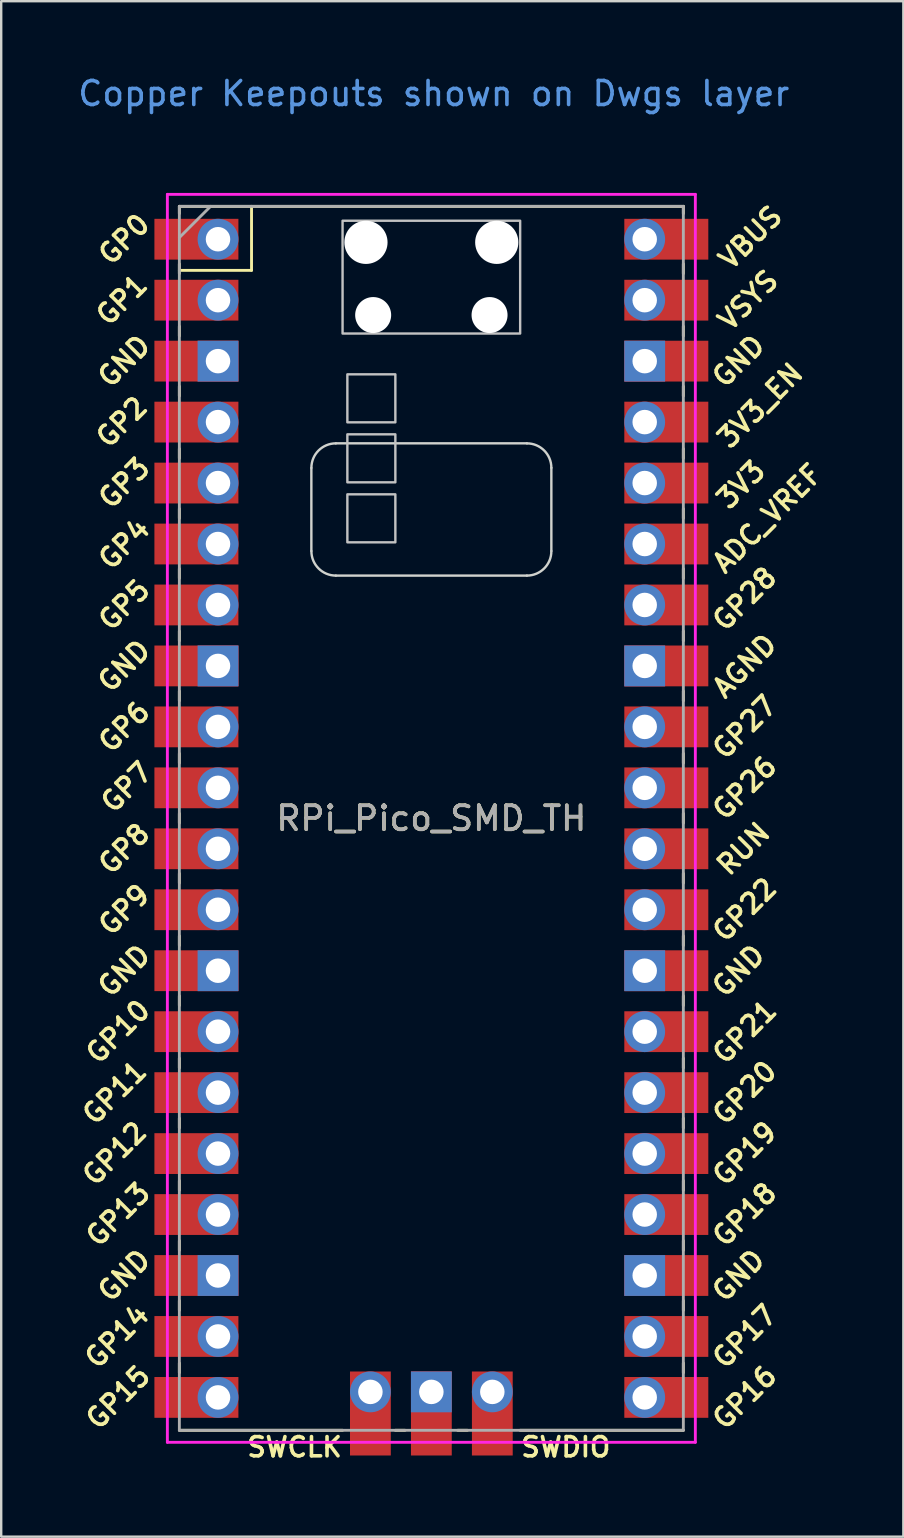
<source format=kicad_pcb>
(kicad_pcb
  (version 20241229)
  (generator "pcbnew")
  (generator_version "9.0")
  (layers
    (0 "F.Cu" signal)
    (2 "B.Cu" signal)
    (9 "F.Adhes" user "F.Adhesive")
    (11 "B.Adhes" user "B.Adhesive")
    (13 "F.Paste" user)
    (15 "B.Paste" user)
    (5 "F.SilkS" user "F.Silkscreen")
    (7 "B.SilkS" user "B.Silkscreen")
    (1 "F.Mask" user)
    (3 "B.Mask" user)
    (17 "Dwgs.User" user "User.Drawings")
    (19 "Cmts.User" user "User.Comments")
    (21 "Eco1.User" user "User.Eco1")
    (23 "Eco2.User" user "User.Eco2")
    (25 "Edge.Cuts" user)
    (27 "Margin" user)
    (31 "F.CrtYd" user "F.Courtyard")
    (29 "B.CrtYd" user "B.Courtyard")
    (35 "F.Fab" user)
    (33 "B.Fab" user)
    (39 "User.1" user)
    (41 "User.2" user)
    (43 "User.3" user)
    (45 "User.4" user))
  (footprint "RPi_Pico_SMD_TH"
    (layer "F.Cu")
    (at 14.924 31.048)
    (property "Reference" "RPi_Pico_SMD_TH" (at 0 0 0) (layer "F.SilkS") (effects (font (size 1 1) (thickness 0.15))))
    (attr through_hole)
    (fp_line (start -10.5 -25.5) (end -10.5 -25.2) (stroke (width 0.12) (type solid)) (layer "F.SilkS"))
    (fp_line (start -10.5 -25.5) (end 10.5 -25.5) (stroke (width 0.12) (type solid)) (layer "F.SilkS"))
    (fp_line (start -10.5 -23.1) (end -10.5 -22.7) (stroke (width 0.12) (type solid)) (layer "F.SilkS"))
    (fp_line (start -10.5 -22.833) (end -7.493 -22.833) (stroke (width 0.12) (type solid)) (layer "F.SilkS"))
    (fp_line (start -10.5 -20.5) (end -10.5 -20.1) (stroke (width 0.12) (type solid)) (layer "F.SilkS"))
    (fp_line (start -10.5 -18) (end -10.5 -17.6) (stroke (width 0.12) (type solid)) (layer "F.SilkS"))
    (fp_line (start -10.5 -15.4) (end -10.5 -15) (stroke (width 0.12) (type solid)) (layer "F.SilkS"))
    (fp_line (start -10.5 -12.9) (end -10.5 -12.5) (stroke (width 0.12) (type solid)) (layer "F.SilkS"))
    (fp_line (start -10.5 -10.4) (end -10.5 -10) (stroke (width 0.12) (type solid)) (layer "F.SilkS"))
    (fp_line (start -10.5 -7.8) (end -10.5 -7.4) (stroke (width 0.12) (type solid)) (layer "F.SilkS"))
    (fp_line (start -10.5 -5.3) (end -10.5 -4.9) (stroke (width 0.12) (type solid)) (layer "F.SilkS"))
    (fp_line (start -10.5 -2.7) (end -10.5 -2.3) (stroke (width 0.12) (type solid)) (layer "F.SilkS"))
    (fp_line (start -10.5 -0.2) (end -10.5 0.2) (stroke (width 0.12) (type solid)) (layer "F.SilkS"))
    (fp_line (start -10.5 2.3) (end -10.5 2.7) (stroke (width 0.12) (type solid)) (layer "F.SilkS"))
    (fp_line (start -10.5 4.9) (end -10.5 5.3) (stroke (width 0.12) (type solid)) (layer "F.SilkS"))
    (fp_line (start -10.5 7.4) (end -10.5 7.8) (stroke (width 0.12) (type solid)) (layer "F.SilkS"))
    (fp_line (start -10.5 10) (end -10.5 10.4) (stroke (width 0.12) (type solid)) (layer "F.SilkS"))
    (fp_line (start -10.5 12.5) (end -10.5 12.9) (stroke (width 0.12) (type solid)) (layer "F.SilkS"))
    (fp_line (start -10.5 15.1) (end -10.5 15.5) (stroke (width 0.12) (type solid)) (layer "F.SilkS"))
    (fp_line (start -10.5 17.6) (end -10.5 18) (stroke (width 0.12) (type solid)) (layer "F.SilkS"))
    (fp_line (start -10.5 20.1) (end -10.5 20.5) (stroke (width 0.12) (type solid)) (layer "F.SilkS"))
    (fp_line (start -10.5 22.7) (end -10.5 23.1) (stroke (width 0.12) (type solid)) (layer "F.SilkS"))
    (fp_line (start -7.493 -22.833) (end -7.493 -25.5) (stroke (width 0.12) (type solid)) (layer "F.SilkS"))
    (fp_line (start -3.7 25.5) (end -10.5 25.5) (stroke (width 0.12) (type solid)) (layer "F.SilkS"))
    (fp_line (start -1.5 25.5) (end -1.1 25.5) (stroke (width 0.12) (type solid)) (layer "F.SilkS"))
    (fp_line (start 1.1 25.5) (end 1.5 25.5) (stroke (width 0.12) (type solid)) (layer "F.SilkS"))
    (fp_line (start 10.5 -25.5) (end 10.5 -25.2) (stroke (width 0.12) (type solid)) (layer "F.SilkS"))
    (fp_line (start 10.5 -23.1) (end 10.5 -22.7) (stroke (width 0.12) (type solid)) (layer "F.SilkS"))
    (fp_line (start 10.5 -20.5) (end 10.5 -20.1) (stroke (width 0.12) (type solid)) (layer "F.SilkS"))
    (fp_line (start 10.5 -18) (end 10.5 -17.6) (stroke (width 0.12) (type solid)) (layer "F.SilkS"))
    (fp_line (start 10.5 -15.4) (end 10.5 -15) (stroke (width 0.12) (type solid)) (layer "F.SilkS"))
    (fp_line (start 10.5 -12.9) (end 10.5 -12.5) (stroke (width 0.12) (type solid)) (layer "F.SilkS"))
    (fp_line (start 10.5 -10.4) (end 10.5 -10) (stroke (width 0.12) (type solid)) (layer "F.SilkS"))
    (fp_line (start 10.5 -7.8) (end 10.5 -7.4) (stroke (width 0.12) (type solid)) (layer "F.SilkS"))
    (fp_line (start 10.5 -5.3) (end 10.5 -4.9) (stroke (width 0.12) (type solid)) (layer "F.SilkS"))
    (fp_line (start 10.5 -2.7) (end 10.5 -2.3) (stroke (width 0.12) (type solid)) (layer "F.SilkS"))
    (fp_line (start 10.5 -0.2) (end 10.5 0.2) (stroke (width 0.12) (type solid)) (layer "F.SilkS"))
    (fp_line (start 10.5 2.3) (end 10.5 2.7) (stroke (width 0.12) (type solid)) (layer "F.SilkS"))
    (fp_line (start 10.5 4.9) (end 10.5 5.3) (stroke (width 0.12) (type solid)) (layer "F.SilkS"))
    (fp_line (start 10.5 7.4) (end 10.5 7.8) (stroke (width 0.12) (type solid)) (layer "F.SilkS"))
    (fp_line (start 10.5 10) (end 10.5 10.4) (stroke (width 0.12) (type solid)) (layer "F.SilkS"))
    (fp_line (start 10.5 12.5) (end 10.5 12.9) (stroke (width 0.12) (type solid)) (layer "F.SilkS"))
    (fp_line (start 10.5 15.1) (end 10.5 15.5) (stroke (width 0.12) (type solid)) (layer "F.SilkS"))
    (fp_line (start 10.5 17.6) (end 10.5 18) (stroke (width 0.12) (type solid)) (layer "F.SilkS"))
    (fp_line (start 10.5 20.1) (end 10.5 20.5) (stroke (width 0.12) (type solid)) (layer "F.SilkS"))
    (fp_line (start 10.5 22.7) (end 10.5 23.1) (stroke (width 0.12) (type solid)) (layer "F.SilkS"))
    (fp_line (start 10.5 25.5) (end 3.7 25.5) (stroke (width 0.12) (type solid)) (layer "F.SilkS"))
    (fp_poly (pts (xy -1.5 -16.5) (xy -3.5 -16.5) (xy -3.5 -18.5) (xy -1.5 -18.5)) (stroke (width 0.1) (type solid)) (fill no) (layer "Dwgs.User"))
    (fp_poly (pts (xy -1.5 -14) (xy -3.5 -14) (xy -3.5 -16) (xy -1.5 -16)) (stroke (width 0.1) (type solid)) (fill no) (layer "Dwgs.User"))
    (fp_poly (pts (xy -1.5 -11.5) (xy -3.5 -11.5) (xy -3.5 -13.5) (xy -1.5 -13.5)) (stroke (width 0.1) (type solid)) (fill no) (layer "Dwgs.User"))
    (fp_poly (pts (xy 3.7 -20.2) (xy -3.7 -20.2) (xy -3.7 -24.9) (xy 3.7 -24.9)) (stroke (width 0.1) (type solid)) (fill no) (layer "Dwgs.User"))
    (fp_line (start -5 -11.144) (end -5 -14.594) (stroke (width 0.1) (type default)) (layer "Edge.Cuts"))
    (fp_line (start -3.98 -10.114) (end 3.981 -10.114) (stroke (width 0.1) (type default)) (layer "Edge.Cuts"))
    (fp_line (start 3.981 -15.624) (end -3.98 -15.624) (stroke (width 0.1) (type default)) (layer "Edge.Cuts"))
    (fp_line (start 5 -11.144) (end 5 -14.604) (stroke (width 0.1) (type default)) (layer "Edge.Cuts"))
    (fp_arc (start -4.998785 -14.604999) (mid -4.70039 -15.325389) (end -3.98 -15.623784) (stroke (width 0.1) (type default)) (layer "Edge.Cuts"))
    (fp_arc (start -3.98 -10.113784) (mid -4.70039 -10.412179) (end -4.998785 -11.132569) (stroke (width 0.1) (type default)) (layer "Edge.Cuts"))
    (fp_arc (start 3.981215 -15.623784) (mid 4.701605 -15.325389) (end 5 -14.604999) (stroke (width 0.1) (type default)) (layer "Edge.Cuts"))
    (fp_arc (start 5 -11.132569) (mid 4.701605 -10.412179) (end 3.981215 -10.113784) (stroke (width 0.1) (type default)) (layer "Edge.Cuts"))
    (fp_line (start -11 -26) (end 11 -26) (stroke (width 0.12) (type solid)) (layer "F.CrtYd"))
    (fp_line (start -11 26) (end -11 -26) (stroke (width 0.12) (type solid)) (layer "F.CrtYd"))
    (fp_line (start 11 -26) (end 11 26) (stroke (width 0.12) (type solid)) (layer "F.CrtYd"))
    (fp_line (start 11 26) (end -11 26) (stroke (width 0.12) (type solid)) (layer "F.CrtYd"))
    (fp_line (start -10.5 -25.5) (end 10.5 -25.5) (stroke (width 0.12) (type solid)) (layer "F.Fab"))
    (fp_line (start -10.5 -24.2) (end -9.2 -25.5) (stroke (width 0.12) (type solid)) (layer "F.Fab"))
    (fp_line (start -10.5 25.5) (end -10.5 -25.5) (stroke (width 0.12) (type solid)) (layer "F.Fab"))
    (fp_line (start 10.5 -25.5) (end 10.5 25.5) (stroke (width 0.12) (type solid)) (layer "F.Fab"))
    (fp_line (start 10.5 25.5) (end -10.5 25.5) (stroke (width 0.12) (type solid)) (layer "F.Fab"))
    (fp_text user "GP22" (at 13.054 3.81 45) (layer "F.SilkS") (effects (font (size 0.8 0.8) (thickness 0.15))))
    (fp_text user "RUN" (at 13 1.27 45) (layer "F.SilkS") (effects (font (size 0.8 0.8) (thickness 0.15))))
    (fp_text user "GP21" (at 13.054 8.9 45) (layer "F.SilkS") (effects (font (size 0.8 0.8) (thickness 0.15))))
    (fp_text user "3V3_EN" (at 13.7 -17.2 45) (layer "F.SilkS") (effects (font (size 0.8 0.8) (thickness 0.15))))
    (fp_text user "GP20" (at 13.054 11.43 45) (layer "F.SilkS") (effects (font (size 0.8 0.8) (thickness 0.15))))
    (fp_text user "GP27" (at 13.054 -3.8 45) (layer "F.SilkS") (effects (font (size 0.8 0.8) (thickness 0.15))))
    (fp_text user "ADC_VREF" (at 14 -12.5 45) (layer "F.SilkS") (effects (font (size 0.8 0.8) (thickness 0.15))))
    (fp_text user "VSYS" (at 13.2 -21.59 45) (layer "F.SilkS") (effects (font (size 0.8 0.8) (thickness 0.15))))
    (fp_text user "GP0" (at -12.8 -24.13 45) (layer "F.SilkS") (effects (font (size 0.8 0.8) (thickness 0.15))))
    (fp_text user "GND" (at 12.8 -19.05 45) (layer "F.SilkS") (effects (font (size 0.8 0.8) (thickness 0.15))))
    (fp_text user "GP8" (at -12.8 1.27 45) (layer "F.SilkS") (effects (font (size 0.8 0.8) (thickness 0.15))))
    (fp_text user "GND" (at 12.8 19.05 45) (layer "F.SilkS") (effects (font (size 0.8 0.8) (thickness 0.15))))
    (fp_text user "GP15" (at -13.054 24.13 45) (layer "F.SilkS") (effects (font (size 0.8 0.8) (thickness 0.15))))
    (fp_text user "GP11" (at -13.2 11.43 45) (layer "F.SilkS") (effects (font (size 0.8 0.8) (thickness 0.15))))
    (fp_text user "GND" (at -12.8 -19.05 45) (layer "F.SilkS") (effects (font (size 0.8 0.8) (thickness 0.15))))
    (fp_text user "GND" (at -12.8 19.05 45) (layer "F.SilkS") (effects (font (size 0.8 0.8) (thickness 0.15))))
    (fp_text user "GP26" (at 13.054 -1.27 45) (layer "F.SilkS") (effects (font (size 0.8 0.8) (thickness 0.15))))
    (fp_text user "GP1" (at -12.9 -21.6 45) (layer "F.SilkS") (effects (font (size 0.8 0.8) (thickness 0.15))))
    (fp_text user "GP18" (at 13.054 16.51 45) (layer "F.SilkS") (effects (font (size 0.8 0.8) (thickness 0.15))))
    (fp_text user "GP12" (at -13.2 13.97 45) (layer "F.SilkS") (effects (font (size 0.8 0.8) (thickness 0.15))))
    (fp_text user "GP16" (at 13.054 24.13 45) (layer "F.SilkS") (effects (font (size 0.8 0.8) (thickness 0.15))))
    (fp_text user "SWCLK" (at -5.7 26.2 0) (layer "F.SilkS") (effects (font (size 0.8 0.8) (thickness 0.15))))
    (fp_text user "GND" (at -12.8 6.35 45) (layer "F.SilkS") (effects (font (size 0.8 0.8) (thickness 0.15))))
    (fp_text user "GP10" (at -13.054 8.89 45) (layer "F.SilkS") (effects (font (size 0.8 0.8) (thickness 0.15))))
    (fp_text user "GP4" (at -12.8 -11.43 45) (layer "F.SilkS") (effects (font (size 0.8 0.8) (thickness 0.15))))
    (fp_text user "3V3" (at 12.9 -13.9 45) (layer "F.SilkS") (effects (font (size 0.8 0.8) (thickness 0.15))))
    (fp_text user "AGND" (at 13.054 -6.35 45) (layer "F.SilkS") (effects (font (size 0.8 0.8) (thickness 0.15))))
    (fp_text user "GP14" (at -13.1 21.59 45) (layer "F.SilkS") (effects (font (size 0.8 0.8) (thickness 0.15))))
    (fp_text user "GP19" (at 13.054 13.97 45) (layer "F.SilkS") (effects (font (size 0.8 0.8) (thickness 0.15))))
    (fp_text user "GP3" (at -12.8 -13.97 45) (layer "F.SilkS") (effects (font (size 0.8 0.8) (thickness 0.15))))
    (fp_text user "GP28" (at 13.054 -9.144 45) (layer "F.SilkS") (effects (font (size 0.8 0.8) (thickness 0.15))))
    (fp_text user "GP7" (at -12.7 -1.3 45) (layer "F.SilkS") (effects (font (size 0.8 0.8) (thickness 0.15))))
    (fp_text user "GP6" (at -12.8 -3.81 45) (layer "F.SilkS") (effects (font (size 0.8 0.8) (thickness 0.15))))
    (fp_text user "GP17" (at 13.054 21.59 45) (layer "F.SilkS") (effects (font (size 0.8 0.8) (thickness 0.15))))
    (fp_text user "GP13" (at -13.054 16.51 45) (layer "F.SilkS") (effects (font (size 0.8 0.8) (thickness 0.15))))
    (fp_text user "GND" (at 12.8 6.35 45) (layer "F.SilkS") (effects (font (size 0.8 0.8) (thickness 0.15))))
    (fp_text user "GND" (at -12.8 -6.35 45) (layer "F.SilkS") (effects (font (size 0.8 0.8) (thickness 0.15))))
    (fp_text user "GP2" (at -12.9 -16.51 45) (layer "F.SilkS") (effects (font (size 0.8 0.8) (thickness 0.15))))
    (fp_text user "GP9" (at -12.8 3.81 45) (layer "F.SilkS") (effects (font (size 0.8 0.8) (thickness 0.15))))
    (fp_text user "SWDIO" (at 5.6 26.2 0) (layer "F.SilkS") (effects (font (size 0.8 0.8) (thickness 0.15))))
    (fp_text user "VBUS" (at 13.3 -24.2 45) (layer "F.SilkS") (effects (font (size 0.8 0.8) (thickness 0.15))))
    (fp_text user "GP5" (at -12.8 -8.89 45) (layer "F.SilkS") (effects (font (size 0.8 0.8) (thickness 0.15))))
    (fp_text user "Copper Keepouts shown on Dwgs layer" (at 0.1 -30.2 0) (layer "Cmts.User") (effects (font (size 1 1) (thickness 0.15))))
    (fp_text user "${REFERENCE}" (at 0 0 180) (layer "F.Fab") (effects (font (size 1 1) (thickness 0.15))))
    (pad "" np_thru_hole oval (at -2.725 -24) (size 1.8 1.8) (drill 1.8) (layers "*.Cu" "*.Mask"))
    (pad "" np_thru_hole oval (at -2.425 -20.97) (size 1.5 1.5) (drill 1.5) (layers "*.Cu" "*.Mask"))
    (pad "" np_thru_hole oval (at 2.425 -20.97) (size 1.5 1.5) (drill 1.5) (layers "*.Cu" "*.Mask"))
    (pad "" np_thru_hole oval (at 2.725 -24) (size 1.8 1.8) (drill 1.8) (layers "*.Cu" "*.Mask"))
    (pad "1" thru_hole oval (at -8.89 -24.13) (size 1.7 1.7) (drill 1.02) (layers "*.Cu" "*.Mask"))
    (pad "1" smd rect (at -8.89 -24.13) (size 3.5 1.7) (drill (offset -0.9 0)) (layers "F.Cu" "F.Mask"))
    (pad "2" thru_hole oval (at -8.89 -21.59) (size 1.7 1.7) (drill 1.02) (layers "*.Cu" "*.Mask"))
    (pad "2" smd rect (at -8.89 -21.59) (size 3.5 1.7) (drill (offset -0.9 0)) (layers "F.Cu" "F.Mask"))
    (pad "3" thru_hole rect (at -8.89 -19.05) (size 1.7 1.7) (drill 1.02) (layers "*.Cu" "*.Mask"))
    (pad "3" smd rect (at -8.89 -19.05) (size 3.5 1.7) (drill (offset -0.9 0)) (layers "F.Cu" "F.Mask"))
    (pad "4" thru_hole oval (at -8.89 -16.51) (size 1.7 1.7) (drill 1.02) (layers "*.Cu" "*.Mask"))
    (pad "4" smd rect (at -8.89 -16.51) (size 3.5 1.7) (drill (offset -0.9 0)) (layers "F.Cu" "F.Mask"))
    (pad "5" thru_hole oval (at -8.89 -13.97) (size 1.7 1.7) (drill 1.02) (layers "*.Cu" "*.Mask"))
    (pad "5" smd rect (at -8.89 -13.97) (size 3.5 1.7) (drill (offset -0.9 0)) (layers "F.Cu" "F.Mask"))
    (pad "6" thru_hole oval (at -8.89 -11.43) (size 1.7 1.7) (drill 1.02) (layers "*.Cu" "*.Mask"))
    (pad "6" smd rect (at -8.89 -11.43) (size 3.5 1.7) (drill (offset -0.9 0)) (layers "F.Cu" "F.Mask"))
    (pad "7" thru_hole oval (at -8.89 -8.89) (size 1.7 1.7) (drill 1.02) (layers "*.Cu" "*.Mask"))
    (pad "7" smd rect (at -8.89 -8.89) (size 3.5 1.7) (drill (offset -0.9 0)) (layers "F.Cu" "F.Mask"))
    (pad "8" thru_hole rect (at -8.89 -6.35) (size 1.7 1.7) (drill 1.02) (layers "*.Cu" "*.Mask"))
    (pad "8" smd rect (at -8.89 -6.35) (size 3.5 1.7) (drill (offset -0.9 0)) (layers "F.Cu" "F.Mask"))
    (pad "9" thru_hole oval (at -8.89 -3.81) (size 1.7 1.7) (drill 1.02) (layers "*.Cu" "*.Mask"))
    (pad "9" smd rect (at -8.89 -3.81) (size 3.5 1.7) (drill (offset -0.9 0)) (layers "F.Cu" "F.Mask"))
    (pad "10" thru_hole oval (at -8.89 -1.27) (size 1.7 1.7) (drill 1.02) (layers "*.Cu" "*.Mask"))
    (pad "10" smd rect (at -8.89 -1.27) (size 3.5 1.7) (drill (offset -0.9 0)) (layers "F.Cu" "F.Mask"))
    (pad "11" thru_hole oval (at -8.89 1.27) (size 1.7 1.7) (drill 1.02) (layers "*.Cu" "*.Mask"))
    (pad "11" smd rect (at -8.89 1.27) (size 3.5 1.7) (drill (offset -0.9 0)) (layers "F.Cu" "F.Mask"))
    (pad "12" thru_hole oval (at -8.89 3.81) (size 1.7 1.7) (drill 1.02) (layers "*.Cu" "*.Mask"))
    (pad "12" smd rect (at -8.89 3.81) (size 3.5 1.7) (drill (offset -0.9 0)) (layers "F.Cu" "F.Mask"))
    (pad "13" thru_hole rect (at -8.89 6.35) (size 1.7 1.7) (drill 1.02) (layers "*.Cu" "*.Mask"))
    (pad "13" smd rect (at -8.89 6.35) (size 3.5 1.7) (drill (offset -0.9 0)) (layers "F.Cu" "F.Mask"))
    (pad "14" thru_hole oval (at -8.89 8.89) (size 1.7 1.7) (drill 1.02) (layers "*.Cu" "*.Mask"))
    (pad "14" smd rect (at -8.89 8.89) (size 3.5 1.7) (drill (offset -0.9 0)) (layers "F.Cu" "F.Mask"))
    (pad "15" thru_hole oval (at -8.89 11.43) (size 1.7 1.7) (drill 1.02) (layers "*.Cu" "*.Mask"))
    (pad "15" smd rect (at -8.89 11.43) (size 3.5 1.7) (drill (offset -0.9 0)) (layers "F.Cu" "F.Mask"))
    (pad "16" thru_hole oval (at -8.89 13.97) (size 1.7 1.7) (drill 1.02) (layers "*.Cu" "*.Mask"))
    (pad "16" smd rect (at -8.89 13.97) (size 3.5 1.7) (drill (offset -0.9 0)) (layers "F.Cu" "F.Mask"))
    (pad "17" thru_hole oval (at -8.89 16.51) (size 1.7 1.7) (drill 1.02) (layers "*.Cu" "*.Mask"))
    (pad "17" smd rect (at -8.89 16.51) (size 3.5 1.7) (drill (offset -0.9 0)) (layers "F.Cu" "F.Mask"))
    (pad "18" thru_hole rect (at -8.89 19.05) (size 1.7 1.7) (drill 1.02) (layers "*.Cu" "*.Mask"))
    (pad "18" smd rect (at -8.89 19.05) (size 3.5 1.7) (drill (offset -0.9 0)) (layers "F.Cu" "F.Mask"))
    (pad "19" thru_hole oval (at -8.89 21.59) (size 1.7 1.7) (drill 1.02) (layers "*.Cu" "*.Mask"))
    (pad "19" smd rect (at -8.89 21.59) (size 3.5 1.7) (drill (offset -0.9 0)) (layers "F.Cu" "F.Mask"))
    (pad "20" thru_hole oval (at -8.89 24.13) (size 1.7 1.7) (drill 1.02) (layers "*.Cu" "*.Mask"))
    (pad "20" smd rect (at -8.89 24.13) (size 3.5 1.7) (drill (offset -0.9 0)) (layers "F.Cu" "F.Mask"))
    (pad "21" thru_hole oval (at 8.89 24.13) (size 1.7 1.7) (drill 1.02) (layers "*.Cu" "*.Mask"))
    (pad "21" smd rect (at 8.89 24.13) (size 3.5 1.7) (drill (offset 0.9 0)) (layers "F.Cu" "F.Mask"))
    (pad "22" thru_hole oval (at 8.89 21.59) (size 1.7 1.7) (drill 1.02) (layers "*.Cu" "*.Mask"))
    (pad "22" smd rect (at 8.89 21.59) (size 3.5 1.7) (drill (offset 0.9 0)) (layers "F.Cu" "F.Mask"))
    (pad "23" thru_hole rect (at 8.89 19.05) (size 1.7 1.7) (drill 1.02) (layers "*.Cu" "*.Mask"))
    (pad "23" smd rect (at 8.89 19.05) (size 3.5 1.7) (drill (offset 0.9 0)) (layers "F.Cu" "F.Mask"))
    (pad "24" thru_hole oval (at 8.89 16.51) (size 1.7 1.7) (drill 1.02) (layers "*.Cu" "*.Mask"))
    (pad "24" smd rect (at 8.89 16.51) (size 3.5 1.7) (drill (offset 0.9 0)) (layers "F.Cu" "F.Mask"))
    (pad "25" thru_hole oval (at 8.89 13.97) (size 1.7 1.7) (drill 1.02) (layers "*.Cu" "*.Mask"))
    (pad "25" smd rect (at 8.89 13.97) (size 3.5 1.7) (drill (offset 0.9 0)) (layers "F.Cu" "F.Mask"))
    (pad "26" thru_hole oval (at 8.89 11.43) (size 1.7 1.7) (drill 1.02) (layers "*.Cu" "*.Mask"))
    (pad "26" smd rect (at 8.89 11.43) (size 3.5 1.7) (drill (offset 0.9 0)) (layers "F.Cu" "F.Mask"))
    (pad "27" thru_hole oval (at 8.89 8.89) (size 1.7 1.7) (drill 1.02) (layers "*.Cu" "*.Mask"))
    (pad "27" smd rect (at 8.89 8.89) (size 3.5 1.7) (drill (offset 0.9 0)) (layers "F.Cu" "F.Mask"))
    (pad "28" thru_hole rect (at 8.89 6.35) (size 1.7 1.7) (drill 1.02) (layers "*.Cu" "*.Mask"))
    (pad "28" smd rect (at 8.89 6.35) (size 3.5 1.7) (drill (offset 0.9 0)) (layers "F.Cu" "F.Mask"))
    (pad "29" thru_hole oval (at 8.89 3.81) (size 1.7 1.7) (drill 1.02) (layers "*.Cu" "*.Mask"))
    (pad "29" smd rect (at 8.89 3.81) (size 3.5 1.7) (drill (offset 0.9 0)) (layers "F.Cu" "F.Mask"))
    (pad "30" thru_hole oval (at 8.89 1.27) (size 1.7 1.7) (drill 1.02) (layers "*.Cu" "*.Mask"))
    (pad "30" smd rect (at 8.89 1.27) (size 3.5 1.7) (drill (offset 0.9 0)) (layers "F.Cu" "F.Mask"))
    (pad "31" thru_hole oval (at 8.89 -1.27) (size 1.7 1.7) (drill 1.02) (layers "*.Cu" "*.Mask"))
    (pad "31" smd rect (at 8.89 -1.27) (size 3.5 1.7) (drill (offset 0.9 0)) (layers "F.Cu" "F.Mask"))
    (pad "32" thru_hole oval (at 8.89 -3.81) (size 1.7 1.7) (drill 1.02) (layers "*.Cu" "*.Mask"))
    (pad "32" smd rect (at 8.89 -3.81) (size 3.5 1.7) (drill (offset 0.9 0)) (layers "F.Cu" "F.Mask"))
    (pad "33" thru_hole rect (at 8.89 -6.35) (size 1.7 1.7) (drill 1.02) (layers "*.Cu" "*.Mask"))
    (pad "33" smd rect (at 8.89 -6.35) (size 3.5 1.7) (drill (offset 0.9 0)) (layers "F.Cu" "F.Mask"))
    (pad "34" thru_hole oval (at 8.89 -8.89) (size 1.7 1.7) (drill 1.02) (layers "*.Cu" "*.Mask"))
    (pad "34" smd rect (at 8.89 -8.89) (size 3.5 1.7) (drill (offset 0.9 0)) (layers "F.Cu" "F.Mask"))
    (pad "35" thru_hole oval (at 8.89 -11.43) (size 1.7 1.7) (drill 1.02) (layers "*.Cu" "*.Mask"))
    (pad "35" smd rect (at 8.89 -11.43) (size 3.5 1.7) (drill (offset 0.9 0)) (layers "F.Cu" "F.Mask"))
    (pad "36" thru_hole oval (at 8.89 -13.97) (size 1.7 1.7) (drill 1.02) (layers "*.Cu" "*.Mask"))
    (pad "36" smd rect (at 8.89 -13.97) (size 3.5 1.7) (drill (offset 0.9 0)) (layers "F.Cu" "F.Mask"))
    (pad "37" thru_hole oval (at 8.89 -16.51) (size 1.7 1.7) (drill 1.02) (layers "*.Cu" "*.Mask"))
    (pad "37" smd rect (at 8.89 -16.51) (size 3.5 1.7) (drill (offset 0.9 0)) (layers "F.Cu" "F.Mask"))
    (pad "38" thru_hole rect (at 8.89 -19.05) (size 1.7 1.7) (drill 1.02) (layers "*.Cu" "*.Mask"))
    (pad "38" smd rect (at 8.89 -19.05) (size 3.5 1.7) (drill (offset 0.9 0)) (layers "F.Cu" "F.Mask"))
    (pad "39" thru_hole oval (at 8.89 -21.59) (size 1.7 1.7) (drill 1.02) (layers "*.Cu" "*.Mask"))
    (pad "39" smd rect (at 8.89 -21.59) (size 3.5 1.7) (drill (offset 0.9 0)) (layers "F.Cu" "F.Mask"))
    (pad "40" thru_hole oval (at 8.89 -24.13) (size 1.7 1.7) (drill 1.02) (layers "*.Cu" "*.Mask"))
    (pad "40" smd rect (at 8.89 -24.13) (size 3.5 1.7) (drill (offset 0.9 0)) (layers "F.Cu" "F.Mask"))
    (pad "41" thru_hole oval (at -2.54 23.9) (size 1.7 1.7) (drill 1.02) (layers "*.Cu" "*.Mask"))
    (pad "41" smd rect (at -2.54 23.9 90) (size 3.5 1.7) (drill (offset -0.9 0)) (layers "F.Cu" "F.Mask"))
    (pad "42" thru_hole rect (at 0 23.9) (size 1.7 1.7) (drill 1.02) (layers "*.Cu" "*.Mask"))
    (pad "42" smd rect (at 0 23.9 90) (size 3.5 1.7) (drill (offset -0.9 0)) (layers "F.Cu" "F.Mask"))
    (pad "43" thru_hole oval (at 2.54 23.9) (size 1.7 1.7) (drill 1.02) (layers "*.Cu" "*.Mask"))
    (pad "43" smd rect (at 2.54 23.9 90) (size 3.5 1.7) (drill (offset -0.9 0)) (layers "F.Cu" "F.Mask")))
  (gr_rect
    (start -3 -3)
    (end 34.591 60.98)
    (stroke (width 0.1) (type default))
    (fill no)
    (layer "Edge.Cuts")))
</source>
